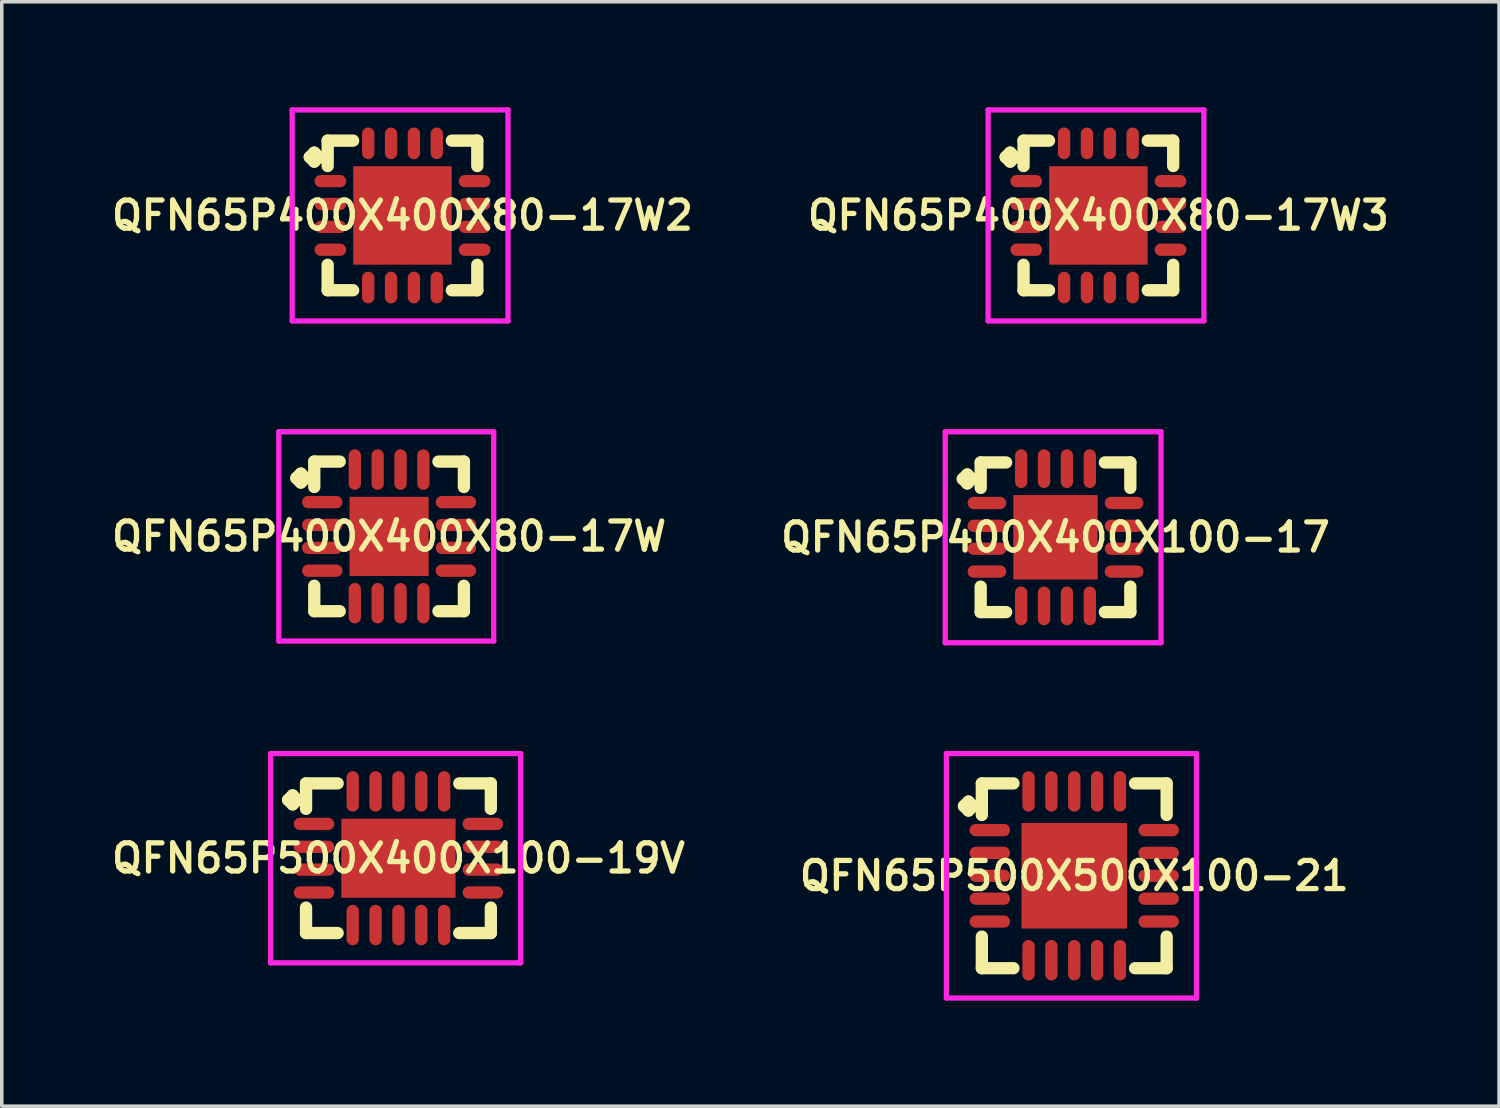
<source format=kicad_pcb>
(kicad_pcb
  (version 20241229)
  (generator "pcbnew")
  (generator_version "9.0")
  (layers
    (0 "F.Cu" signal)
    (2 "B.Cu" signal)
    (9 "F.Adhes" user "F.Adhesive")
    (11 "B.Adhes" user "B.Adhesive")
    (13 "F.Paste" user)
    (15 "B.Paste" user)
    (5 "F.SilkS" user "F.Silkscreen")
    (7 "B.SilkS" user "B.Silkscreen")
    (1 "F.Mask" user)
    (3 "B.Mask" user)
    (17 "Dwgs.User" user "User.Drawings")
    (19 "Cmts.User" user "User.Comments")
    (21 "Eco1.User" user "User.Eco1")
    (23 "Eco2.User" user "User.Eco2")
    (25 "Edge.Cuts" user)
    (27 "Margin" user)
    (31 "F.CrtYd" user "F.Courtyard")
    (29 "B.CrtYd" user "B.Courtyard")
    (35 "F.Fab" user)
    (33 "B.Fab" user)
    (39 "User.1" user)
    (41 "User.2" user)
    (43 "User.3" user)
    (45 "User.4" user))
  (footprint "QFN65P400X400X100-17"
    (layer "F.Cu")
    (at 26.959 12.225)
    (property "Reference" "QFN65P400X400X100-17" (at 0 0 0) (layer "F.SilkS") (effects (font (size 0.8 0.8) (thickness 0.15))))
    (attr smd)
    (fp_line (start -2.635 -1.658) (end -2.508 -1.785) (stroke (width 0.35) (type solid)) (layer "F.SilkS"))
    (fp_line (start -2.508 -1.785) (end -2.381 -1.658) (stroke (width 0.35) (type solid)) (layer "F.SilkS"))
    (fp_line (start -2.508 -1.531) (end -2.635 -1.658) (stroke (width 0.35) (type solid)) (layer "F.SilkS"))
    (fp_line (start -2.381 -1.658) (end -2.508 -1.531) (stroke (width 0.35) (type solid)) (layer "F.SilkS"))
    (fp_line (start -2.127 -2.127) (end -1.404 -2.127) (stroke (width 0.35) (type solid)) (layer "F.SilkS"))
    (fp_line (start -2.127 -1.404) (end -2.127 -2.127) (stroke (width 0.35) (type solid)) (layer "F.SilkS"))
    (fp_line (start -2.127 1.404) (end -2.127 2.127) (stroke (width 0.35) (type solid)) (layer "F.SilkS"))
    (fp_line (start -2.127 2.127) (end -1.404 2.127) (stroke (width 0.35) (type solid)) (layer "F.SilkS"))
    (fp_line (start 1.404 -2.127) (end 2.127 -2.127) (stroke (width 0.35) (type solid)) (layer "F.SilkS"))
    (fp_line (start 1.404 2.127) (end 2.127 2.127) (stroke (width 0.35) (type solid)) (layer "F.SilkS"))
    (fp_line (start 2.127 -2.127) (end 2.127 -1.404) (stroke (width 0.35) (type solid)) (layer "F.SilkS"))
    (fp_line (start 2.127 2.127) (end 2.127 1.404) (stroke (width 0.35) (type solid)) (layer "F.SilkS"))
    (fp_line (start -3.135 -3) (end 3 -3) (stroke (width 0.15) (type solid)) (layer "F.CrtYd"))
    (fp_line (start -3.135 3) (end -3.135 -3) (stroke (width 0.15) (type solid)) (layer "F.CrtYd"))
    (fp_line (start 3 -3) (end 3 3) (stroke (width 0.15) (type solid)) (layer "F.CrtYd"))
    (fp_line (start 3 3) (end -3.135 3) (stroke (width 0.15) (type solid)) (layer "F.CrtYd"))
    (pad "1" smd oval (at -1.95 -0.975) (size 1.1 0.35) (layers "F.Cu" "F.Mask" "F.Paste"))
    (pad "2" smd oval (at -1.95 -0.325) (size 1.1 0.35) (layers "F.Cu" "F.Mask" "F.Paste"))
    (pad "3" smd oval (at -1.95 0.325) (size 1.1 0.35) (layers "F.Cu" "F.Mask" "F.Paste"))
    (pad "4" smd oval (at -1.95 0.975) (size 1.1 0.35) (layers "F.Cu" "F.Mask" "F.Paste"))
    (pad "5" smd oval (at -0.975 1.95) (size 0.35 1.1) (layers "F.Cu" "F.Mask" "F.Paste"))
    (pad "6" smd oval (at -0.325 1.95) (size 0.35 1.1) (layers "F.Cu" "F.Mask" "F.Paste"))
    (pad "7" smd oval (at 0.325 1.95) (size 0.35 1.1) (layers "F.Cu" "F.Mask" "F.Paste"))
    (pad "8" smd oval (at 0.975 1.95) (size 0.35 1.1) (layers "F.Cu" "F.Mask" "F.Paste"))
    (pad "9" smd oval (at 1.95 0.975) (size 1.1 0.35) (layers "F.Cu" "F.Mask" "F.Paste"))
    (pad "10" smd oval (at 1.95 0.325) (size 1.1 0.35) (layers "F.Cu" "F.Mask" "F.Paste"))
    (pad "11" smd oval (at 1.95 -0.325) (size 1.1 0.35) (layers "F.Cu" "F.Mask" "F.Paste"))
    (pad "12" smd oval (at 1.95 -0.975) (size 1.1 0.35) (layers "F.Cu" "F.Mask" "F.Paste"))
    (pad "13" smd oval (at 0.975 -1.95) (size 0.35 1.1) (layers "F.Cu" "F.Mask" "F.Paste"))
    (pad "14" smd oval (at 0.325 -1.95) (size 0.35 1.1) (layers "F.Cu" "F.Mask" "F.Paste"))
    (pad "15" smd oval (at -0.325 -1.95) (size 0.35 1.1) (layers "F.Cu" "F.Mask" "F.Paste"))
    (pad "16" smd oval (at -0.975 -1.95) (size 0.35 1.1) (layers "F.Cu" "F.Mask" "F.Paste"))
    (pad "17" smd rect (at 0 0) (size 2.4 2.4) (layers "F.Cu" "F.Mask" "F.Paste")))
  (footprint "QFN65P400X400X80-17W"
    (layer "F.Cu")
    (at 8.012 12.2)
    (property "Reference" "QFN65P400X400X80-17W" (at 0 0 0) (layer "F.SilkS") (effects (font (size 0.8 0.8) (thickness 0.15))))
    (attr smd)
    (fp_line (start -2.635 -1.658) (end -2.508 -1.785) (stroke (width 0.35) (type solid)) (layer "F.SilkS"))
    (fp_line (start -2.508 -1.785) (end -2.381 -1.658) (stroke (width 0.35) (type solid)) (layer "F.SilkS"))
    (fp_line (start -2.508 -1.531) (end -2.635 -1.658) (stroke (width 0.35) (type solid)) (layer "F.SilkS"))
    (fp_line (start -2.381 -1.658) (end -2.508 -1.531) (stroke (width 0.35) (type solid)) (layer "F.SilkS"))
    (fp_line (start -2.127 -2.127) (end -1.404 -2.127) (stroke (width 0.35) (type solid)) (layer "F.SilkS"))
    (fp_line (start -2.127 -1.404) (end -2.127 -2.127) (stroke (width 0.35) (type solid)) (layer "F.SilkS"))
    (fp_line (start -2.127 1.404) (end -2.127 2.127) (stroke (width 0.35) (type solid)) (layer "F.SilkS"))
    (fp_line (start -2.127 2.127) (end -1.404 2.127) (stroke (width 0.35) (type solid)) (layer "F.SilkS"))
    (fp_line (start 1.404 -2.127) (end 2.127 -2.127) (stroke (width 0.35) (type solid)) (layer "F.SilkS"))
    (fp_line (start 1.404 2.127) (end 2.127 2.127) (stroke (width 0.35) (type solid)) (layer "F.SilkS"))
    (fp_line (start 2.127 -2.127) (end 2.127 -1.404) (stroke (width 0.35) (type solid)) (layer "F.SilkS"))
    (fp_line (start 2.127 2.127) (end 2.127 1.404) (stroke (width 0.35) (type solid)) (layer "F.SilkS"))
    (fp_line (start -3.135 -2.975) (end 2.975 -2.975) (stroke (width 0.15) (type solid)) (layer "F.CrtYd"))
    (fp_line (start -3.135 2.975) (end -3.135 -2.975) (stroke (width 0.15) (type solid)) (layer "F.CrtYd"))
    (fp_line (start 2.975 -2.975) (end 2.975 2.975) (stroke (width 0.15) (type solid)) (layer "F.CrtYd"))
    (fp_line (start 2.975 2.975) (end -3.135 2.975) (stroke (width 0.15) (type solid)) (layer "F.CrtYd"))
    (pad "1" smd oval (at -1.9 -0.975) (size 1.15 0.35) (layers "F.Cu" "F.Mask" "F.Paste"))
    (pad "2" smd oval (at -1.9 -0.325) (size 1.15 0.35) (layers "F.Cu" "F.Mask" "F.Paste"))
    (pad "3" smd oval (at -1.9 0.325) (size 1.15 0.35) (layers "F.Cu" "F.Mask" "F.Paste"))
    (pad "4" smd oval (at -1.9 0.975) (size 1.15 0.35) (layers "F.Cu" "F.Mask" "F.Paste"))
    (pad "5" smd oval (at -0.975 1.9) (size 0.35 1.15) (layers "F.Cu" "F.Mask" "F.Paste"))
    (pad "6" smd oval (at -0.325 1.9) (size 0.35 1.15) (layers "F.Cu" "F.Mask" "F.Paste"))
    (pad "7" smd oval (at 0.325 1.9) (size 0.35 1.15) (layers "F.Cu" "F.Mask" "F.Paste"))
    (pad "8" smd oval (at 0.975 1.9) (size 0.35 1.15) (layers "F.Cu" "F.Mask" "F.Paste"))
    (pad "9" smd oval (at 1.9 0.975) (size 1.15 0.35) (layers "F.Cu" "F.Mask" "F.Paste"))
    (pad "10" smd oval (at 1.9 0.325) (size 1.15 0.35) (layers "F.Cu" "F.Mask" "F.Paste"))
    (pad "11" smd oval (at 1.9 -0.325) (size 1.15 0.35) (layers "F.Cu" "F.Mask" "F.Paste"))
    (pad "12" smd oval (at 1.9 -0.975) (size 1.15 0.35) (layers "F.Cu" "F.Mask" "F.Paste"))
    (pad "13" smd oval (at 0.975 -1.9) (size 0.35 1.15) (layers "F.Cu" "F.Mask" "F.Paste"))
    (pad "14" smd oval (at 0.325 -1.9) (size 0.35 1.15) (layers "F.Cu" "F.Mask" "F.Paste"))
    (pad "15" smd oval (at -0.325 -1.9) (size 0.35 1.15) (layers "F.Cu" "F.Mask" "F.Paste"))
    (pad "16" smd oval (at -0.975 -1.9) (size 0.35 1.15) (layers "F.Cu" "F.Mask" "F.Paste"))
    (pad "17" smd rect (at 0 0) (size 2.25 2.25) (layers "F.Cu" "F.Mask" "F.Paste")))
  (footprint "QFN65P400X400X80-17W2"
    (layer "F.Cu")
    (at 8.393 3.075)
    (property "Reference" "QFN65P400X400X80-17W2" (at 0 0 0) (layer "F.SilkS") (effects (font (size 0.8 0.8) (thickness 0.15))))
    (attr smd)
    (fp_line (start -2.635 -1.658) (end -2.508 -1.785) (stroke (width 0.35) (type solid)) (layer "F.SilkS"))
    (fp_line (start -2.508 -1.785) (end -2.381 -1.658) (stroke (width 0.35) (type solid)) (layer "F.SilkS"))
    (fp_line (start -2.508 -1.531) (end -2.635 -1.658) (stroke (width 0.35) (type solid)) (layer "F.SilkS"))
    (fp_line (start -2.381 -1.658) (end -2.508 -1.531) (stroke (width 0.35) (type solid)) (layer "F.SilkS"))
    (fp_line (start -2.127 -2.127) (end -1.404 -2.127) (stroke (width 0.35) (type solid)) (layer "F.SilkS"))
    (fp_line (start -2.127 -1.404) (end -2.127 -2.127) (stroke (width 0.35) (type solid)) (layer "F.SilkS"))
    (fp_line (start -2.127 1.404) (end -2.127 2.127) (stroke (width 0.35) (type solid)) (layer "F.SilkS"))
    (fp_line (start -2.127 2.127) (end -1.404 2.127) (stroke (width 0.35) (type solid)) (layer "F.SilkS"))
    (fp_line (start 1.404 -2.127) (end 2.127 -2.127) (stroke (width 0.35) (type solid)) (layer "F.SilkS"))
    (fp_line (start 1.404 2.127) (end 2.127 2.127) (stroke (width 0.35) (type solid)) (layer "F.SilkS"))
    (fp_line (start 2.127 -2.127) (end 2.127 -1.404) (stroke (width 0.35) (type solid)) (layer "F.SilkS"))
    (fp_line (start 2.127 2.127) (end 2.127 1.404) (stroke (width 0.35) (type solid)) (layer "F.SilkS"))
    (fp_line (start -3.135 -3) (end 3 -3) (stroke (width 0.15) (type solid)) (layer "F.CrtYd"))
    (fp_line (start -3.135 3) (end -3.135 -3) (stroke (width 0.15) (type solid)) (layer "F.CrtYd"))
    (fp_line (start 3 -3) (end 3 3) (stroke (width 0.15) (type solid)) (layer "F.CrtYd"))
    (fp_line (start 3 3) (end -3.135 3) (stroke (width 0.15) (type solid)) (layer "F.CrtYd"))
    (pad "1" smd oval (at -2.05 -0.975) (size 0.9 0.35) (layers "F.Cu" "F.Mask" "F.Paste"))
    (pad "2" smd oval (at -2.05 -0.325) (size 0.9 0.35) (layers "F.Cu" "F.Mask" "F.Paste"))
    (pad "3" smd oval (at -2.05 0.325) (size 0.9 0.35) (layers "F.Cu" "F.Mask" "F.Paste"))
    (pad "4" smd oval (at -2.05 0.975) (size 0.9 0.35) (layers "F.Cu" "F.Mask" "F.Paste"))
    (pad "5" smd oval (at -0.975 2.05) (size 0.35 0.9) (layers "F.Cu" "F.Mask" "F.Paste"))
    (pad "6" smd oval (at -0.325 2.05) (size 0.35 0.9) (layers "F.Cu" "F.Mask" "F.Paste"))
    (pad "7" smd oval (at 0.325 2.05) (size 0.35 0.9) (layers "F.Cu" "F.Mask" "F.Paste"))
    (pad "8" smd oval (at 0.975 2.05) (size 0.35 0.9) (layers "F.Cu" "F.Mask" "F.Paste"))
    (pad "9" smd oval (at 2.05 0.975) (size 0.9 0.35) (layers "F.Cu" "F.Mask" "F.Paste"))
    (pad "10" smd oval (at 2.05 0.325) (size 0.9 0.35) (layers "F.Cu" "F.Mask" "F.Paste"))
    (pad "11" smd oval (at 2.05 -0.325) (size 0.9 0.35) (layers "F.Cu" "F.Mask" "F.Paste"))
    (pad "12" smd oval (at 2.05 -0.975) (size 0.9 0.35) (layers "F.Cu" "F.Mask" "F.Paste"))
    (pad "13" smd oval (at 0.975 -2.05) (size 0.35 0.9) (layers "F.Cu" "F.Mask" "F.Paste"))
    (pad "14" smd oval (at 0.325 -2.05) (size 0.35 0.9) (layers "F.Cu" "F.Mask" "F.Paste"))
    (pad "15" smd oval (at -0.325 -2.05) (size 0.35 0.9) (layers "F.Cu" "F.Mask" "F.Paste"))
    (pad "16" smd oval (at -0.975 -2.05) (size 0.35 0.9) (layers "F.Cu" "F.Mask" "F.Paste"))
    (pad "17" smd rect (at 0 0) (size 2.8 2.8) (layers "F.Cu" "F.Mask" "F.Paste")))
  (footprint "QFN65P500X400X100-19V"
    (layer "F.Cu")
    (at 8.278 21.35)
    (property "Reference" "QFN65P500X400X100-19V" (at 0 0 0) (layer "F.SilkS") (effects (font (size 0.8 0.8) (thickness 0.15))))
    (attr smd)
    (fp_line (start -3.135 -1.658) (end -3.008 -1.785) (stroke (width 0.35) (type solid)) (layer "F.SilkS"))
    (fp_line (start -3.008 -1.785) (end -2.881 -1.658) (stroke (width 0.35) (type solid)) (layer "F.SilkS"))
    (fp_line (start -3.008 -1.531) (end -3.135 -1.658) (stroke (width 0.35) (type solid)) (layer "F.SilkS"))
    (fp_line (start -2.881 -1.658) (end -3.008 -1.531) (stroke (width 0.35) (type solid)) (layer "F.SilkS"))
    (fp_line (start -2.627 -2.127) (end -1.729 -2.127) (stroke (width 0.35) (type solid)) (layer "F.SilkS"))
    (fp_line (start -2.627 -1.404) (end -2.627 -2.127) (stroke (width 0.35) (type solid)) (layer "F.SilkS"))
    (fp_line (start -2.627 1.404) (end -2.627 2.127) (stroke (width 0.35) (type solid)) (layer "F.SilkS"))
    (fp_line (start -2.627 2.127) (end -1.729 2.127) (stroke (width 0.35) (type solid)) (layer "F.SilkS"))
    (fp_line (start 1.729 -2.127) (end 2.627 -2.127) (stroke (width 0.35) (type solid)) (layer "F.SilkS"))
    (fp_line (start 1.729 2.127) (end 2.627 2.127) (stroke (width 0.35) (type solid)) (layer "F.SilkS"))
    (fp_line (start 2.627 -2.127) (end 2.627 -1.404) (stroke (width 0.35) (type solid)) (layer "F.SilkS"))
    (fp_line (start 2.627 2.127) (end 2.627 1.404) (stroke (width 0.35) (type solid)) (layer "F.SilkS"))
    (fp_line (start -3.635 -2.975) (end 3.475 -2.975) (stroke (width 0.15) (type solid)) (layer "F.CrtYd"))
    (fp_line (start -3.635 2.975) (end -3.635 -2.975) (stroke (width 0.15) (type solid)) (layer "F.CrtYd"))
    (fp_line (start 3.475 -2.975) (end 3.475 2.975) (stroke (width 0.15) (type solid)) (layer "F.CrtYd"))
    (fp_line (start 3.475 2.975) (end -3.635 2.975) (stroke (width 0.15) (type solid)) (layer "F.CrtYd"))
    (pad "1" smd oval (at -2.4 -0.975) (size 1.15 0.35) (layers "F.Cu" "F.Mask" "F.Paste"))
    (pad "2" smd oval (at -2.4 -0.325) (size 1.15 0.35) (layers "F.Cu" "F.Mask" "F.Paste"))
    (pad "3" smd oval (at -2.4 0.325) (size 1.15 0.35) (layers "F.Cu" "F.Mask" "F.Paste"))
    (pad "4" smd oval (at -2.4 0.975) (size 1.15 0.35) (layers "F.Cu" "F.Mask" "F.Paste"))
    (pad "5" smd oval (at -1.3 1.9) (size 0.35 1.15) (layers "F.Cu" "F.Mask" "F.Paste"))
    (pad "6" smd oval (at -0.65 1.9) (size 0.35 1.15) (layers "F.Cu" "F.Mask" "F.Paste"))
    (pad "7" smd oval (at 0 1.9) (size 0.35 1.15) (layers "F.Cu" "F.Mask" "F.Paste"))
    (pad "8" smd oval (at 0.65 1.9) (size 0.35 1.15) (layers "F.Cu" "F.Mask" "F.Paste"))
    (pad "9" smd oval (at 1.3 1.9) (size 0.35 1.15) (layers "F.Cu" "F.Mask" "F.Paste"))
    (pad "10" smd oval (at 2.4 0.975) (size 1.15 0.35) (layers "F.Cu" "F.Mask" "F.Paste"))
    (pad "11" smd oval (at 2.4 0.325) (size 1.15 0.35) (layers "F.Cu" "F.Mask" "F.Paste"))
    (pad "12" smd oval (at 2.4 -0.325) (size 1.15 0.35) (layers "F.Cu" "F.Mask" "F.Paste"))
    (pad "13" smd oval (at 2.4 -0.975) (size 1.15 0.35) (layers "F.Cu" "F.Mask" "F.Paste"))
    (pad "14" smd oval (at 1.3 -1.9) (size 0.35 1.15) (layers "F.Cu" "F.Mask" "F.Paste"))
    (pad "15" smd oval (at 0.65 -1.9) (size 0.35 1.15) (layers "F.Cu" "F.Mask" "F.Paste"))
    (pad "16" smd oval (at 0 -1.9) (size 0.35 1.15) (layers "F.Cu" "F.Mask" "F.Paste"))
    (pad "17" smd oval (at -0.65 -1.9) (size 0.35 1.15) (layers "F.Cu" "F.Mask" "F.Paste"))
    (pad "18" smd oval (at -1.3 -1.9) (size 0.35 1.15) (layers "F.Cu" "F.Mask" "F.Paste"))
    (pad "19" smd rect (at 0 0) (size 3.25 2.25) (layers "F.Cu" "F.Mask" "F.Paste")))
  (footprint "QFN65P400X400X80-17W3"
    (layer "F.Cu")
    (at 28.178 3.075)
    (property "Reference" "QFN65P400X400X80-17W3" (at 0 0 0) (layer "F.SilkS") (effects (font (size 0.8 0.8) (thickness 0.15))))
    (attr smd)
    (fp_line (start -2.635 -1.658) (end -2.508 -1.785) (stroke (width 0.35) (type solid)) (layer "F.SilkS"))
    (fp_line (start -2.508 -1.785) (end -2.381 -1.658) (stroke (width 0.35) (type solid)) (layer "F.SilkS"))
    (fp_line (start -2.508 -1.531) (end -2.635 -1.658) (stroke (width 0.35) (type solid)) (layer "F.SilkS"))
    (fp_line (start -2.381 -1.658) (end -2.508 -1.531) (stroke (width 0.35) (type solid)) (layer "F.SilkS"))
    (fp_line (start -2.127 -2.127) (end -1.404 -2.127) (stroke (width 0.35) (type solid)) (layer "F.SilkS"))
    (fp_line (start -2.127 -1.404) (end -2.127 -2.127) (stroke (width 0.35) (type solid)) (layer "F.SilkS"))
    (fp_line (start -2.127 1.404) (end -2.127 2.127) (stroke (width 0.35) (type solid)) (layer "F.SilkS"))
    (fp_line (start -2.127 2.127) (end -1.404 2.127) (stroke (width 0.35) (type solid)) (layer "F.SilkS"))
    (fp_line (start 1.404 -2.127) (end 2.127 -2.127) (stroke (width 0.35) (type solid)) (layer "F.SilkS"))
    (fp_line (start 1.404 2.127) (end 2.127 2.127) (stroke (width 0.35) (type solid)) (layer "F.SilkS"))
    (fp_line (start 2.127 -2.127) (end 2.127 -1.404) (stroke (width 0.35) (type solid)) (layer "F.SilkS"))
    (fp_line (start 2.127 2.127) (end 2.127 1.404) (stroke (width 0.35) (type solid)) (layer "F.SilkS"))
    (fp_line (start -3.135 -3) (end 3 -3) (stroke (width 0.15) (type solid)) (layer "F.CrtYd"))
    (fp_line (start -3.135 3) (end -3.135 -3) (stroke (width 0.15) (type solid)) (layer "F.CrtYd"))
    (fp_line (start 3 -3) (end 3 3) (stroke (width 0.15) (type solid)) (layer "F.CrtYd"))
    (fp_line (start 3 3) (end -3.135 3) (stroke (width 0.15) (type solid)) (layer "F.CrtYd"))
    (pad "1" smd oval (at -2.05 -0.975) (size 0.9 0.35) (layers "F.Cu" "F.Mask" "F.Paste"))
    (pad "2" smd oval (at -2.05 -0.325) (size 0.9 0.35) (layers "F.Cu" "F.Mask" "F.Paste"))
    (pad "3" smd oval (at -2.05 0.325) (size 0.9 0.35) (layers "F.Cu" "F.Mask" "F.Paste"))
    (pad "4" smd oval (at -2.05 0.975) (size 0.9 0.35) (layers "F.Cu" "F.Mask" "F.Paste"))
    (pad "5" smd oval (at -0.975 2.05) (size 0.35 0.9) (layers "F.Cu" "F.Mask" "F.Paste"))
    (pad "6" smd oval (at -0.325 2.05) (size 0.35 0.9) (layers "F.Cu" "F.Mask" "F.Paste"))
    (pad "7" smd oval (at 0.325 2.05) (size 0.35 0.9) (layers "F.Cu" "F.Mask" "F.Paste"))
    (pad "8" smd oval (at 0.975 2.05) (size 0.35 0.9) (layers "F.Cu" "F.Mask" "F.Paste"))
    (pad "9" smd oval (at 2.05 0.975) (size 0.9 0.35) (layers "F.Cu" "F.Mask" "F.Paste"))
    (pad "10" smd oval (at 2.05 0.325) (size 0.9 0.35) (layers "F.Cu" "F.Mask" "F.Paste"))
    (pad "11" smd oval (at 2.05 -0.325) (size 0.9 0.35) (layers "F.Cu" "F.Mask" "F.Paste"))
    (pad "12" smd oval (at 2.05 -0.975) (size 0.9 0.35) (layers "F.Cu" "F.Mask" "F.Paste"))
    (pad "13" smd oval (at 0.975 -2.05) (size 0.35 0.9) (layers "F.Cu" "F.Mask" "F.Paste"))
    (pad "14" smd oval (at 0.325 -2.05) (size 0.35 0.9) (layers "F.Cu" "F.Mask" "F.Paste"))
    (pad "15" smd oval (at -0.325 -2.05) (size 0.35 0.9) (layers "F.Cu" "F.Mask" "F.Paste"))
    (pad "16" smd oval (at -0.975 -2.05) (size 0.35 0.9) (layers "F.Cu" "F.Mask" "F.Paste"))
    (pad "17" smd rect (at 0 0) (size 2.8 2.8) (layers "F.Cu" "F.Mask" "F.Paste")))
  (footprint "QFN65P500X500X100-21"
    (layer "F.Cu")
    (at 27.492 21.85)
    (property "Reference" "QFN65P500X500X100-21" (at 0 0 0) (layer "F.SilkS") (effects (font (size 0.8 0.8) (thickness 0.15))))
    (attr smd)
    (fp_line (start -3.135 -1.983) (end -3.008 -2.11) (stroke (width 0.35) (type solid)) (layer "F.SilkS"))
    (fp_line (start -3.008 -2.11) (end -2.881 -1.983) (stroke (width 0.35) (type solid)) (layer "F.SilkS"))
    (fp_line (start -3.008 -1.856) (end -3.135 -1.983) (stroke (width 0.35) (type solid)) (layer "F.SilkS"))
    (fp_line (start -2.881 -1.983) (end -3.008 -1.856) (stroke (width 0.35) (type solid)) (layer "F.SilkS"))
    (fp_line (start -2.627 -2.627) (end -1.729 -2.627) (stroke (width 0.35) (type solid)) (layer "F.SilkS"))
    (fp_line (start -2.627 -1.729) (end -2.627 -2.627) (stroke (width 0.35) (type solid)) (layer "F.SilkS"))
    (fp_line (start -2.627 1.729) (end -2.627 2.627) (stroke (width 0.35) (type solid)) (layer "F.SilkS"))
    (fp_line (start -2.627 2.627) (end -1.729 2.627) (stroke (width 0.35) (type solid)) (layer "F.SilkS"))
    (fp_line (start 1.729 -2.627) (end 2.627 -2.627) (stroke (width 0.35) (type solid)) (layer "F.SilkS"))
    (fp_line (start 1.729 2.627) (end 2.627 2.627) (stroke (width 0.35) (type solid)) (layer "F.SilkS"))
    (fp_line (start 2.627 -2.627) (end 2.627 -1.729) (stroke (width 0.35) (type solid)) (layer "F.SilkS"))
    (fp_line (start 2.627 2.627) (end 2.627 1.729) (stroke (width 0.35) (type solid)) (layer "F.SilkS"))
    (fp_line (start -3.635 -3.475) (end 3.475 -3.475) (stroke (width 0.15) (type solid)) (layer "F.CrtYd"))
    (fp_line (start -3.635 3.475) (end -3.635 -3.475) (stroke (width 0.15) (type solid)) (layer "F.CrtYd"))
    (fp_line (start 3.475 -3.475) (end 3.475 3.475) (stroke (width 0.15) (type solid)) (layer "F.CrtYd"))
    (fp_line (start 3.475 3.475) (end -3.635 3.475) (stroke (width 0.15) (type solid)) (layer "F.CrtYd"))
    (pad "1" smd oval (at -2.4 -1.3) (size 1.15 0.35) (layers "F.Cu" "F.Mask" "F.Paste"))
    (pad "2" smd oval (at -2.4 -0.65) (size 1.15 0.35) (layers "F.Cu" "F.Mask" "F.Paste"))
    (pad "3" smd oval (at -2.4 0) (size 1.15 0.35) (layers "F.Cu" "F.Mask" "F.Paste"))
    (pad "4" smd oval (at -2.4 0.65) (size 1.15 0.35) (layers "F.Cu" "F.Mask" "F.Paste"))
    (pad "5" smd oval (at -2.4 1.3) (size 1.15 0.35) (layers "F.Cu" "F.Mask" "F.Paste"))
    (pad "6" smd oval (at -1.3 2.4) (size 0.35 1.15) (layers "F.Cu" "F.Mask" "F.Paste"))
    (pad "7" smd oval (at -0.65 2.4) (size 0.35 1.15) (layers "F.Cu" "F.Mask" "F.Paste"))
    (pad "8" smd oval (at 0 2.4) (size 0.35 1.15) (layers "F.Cu" "F.Mask" "F.Paste"))
    (pad "9" smd oval (at 0.65 2.4) (size 0.35 1.15) (layers "F.Cu" "F.Mask" "F.Paste"))
    (pad "10" smd oval (at 1.3 2.4) (size 0.35 1.15) (layers "F.Cu" "F.Mask" "F.Paste"))
    (pad "11" smd oval (at 2.4 1.3) (size 1.15 0.35) (layers "F.Cu" "F.Mask" "F.Paste"))
    (pad "12" smd oval (at 2.4 0.65) (size 1.15 0.35) (layers "F.Cu" "F.Mask" "F.Paste"))
    (pad "13" smd oval (at 2.4 0) (size 1.15 0.35) (layers "F.Cu" "F.Mask" "F.Paste"))
    (pad "14" smd oval (at 2.4 -0.65) (size 1.15 0.35) (layers "F.Cu" "F.Mask" "F.Paste"))
    (pad "15" smd oval (at 2.4 -1.3) (size 1.15 0.35) (layers "F.Cu" "F.Mask" "F.Paste"))
    (pad "16" smd oval (at 1.3 -2.4) (size 0.35 1.15) (layers "F.Cu" "F.Mask" "F.Paste"))
    (pad "17" smd oval (at 0.65 -2.4) (size 0.35 1.15) (layers "F.Cu" "F.Mask" "F.Paste"))
    (pad "18" smd oval (at 0 -2.4) (size 0.35 1.15) (layers "F.Cu" "F.Mask" "F.Paste"))
    (pad "19" smd oval (at -0.65 -2.4) (size 0.35 1.15) (layers "F.Cu" "F.Mask" "F.Paste"))
    (pad "20" smd oval (at -1.3 -2.4) (size 0.35 1.15) (layers "F.Cu" "F.Mask" "F.Paste"))
    (pad "21" smd rect (at 0 0) (size 3 3) (layers "F.Cu" "F.Mask" "F.Paste")))
  (gr_rect
    (start -3 -3)
    (end 39.57 28.4)
    (stroke (width 0.1) (type default))
    (fill no)
    (layer "Edge.Cuts")))
</source>
